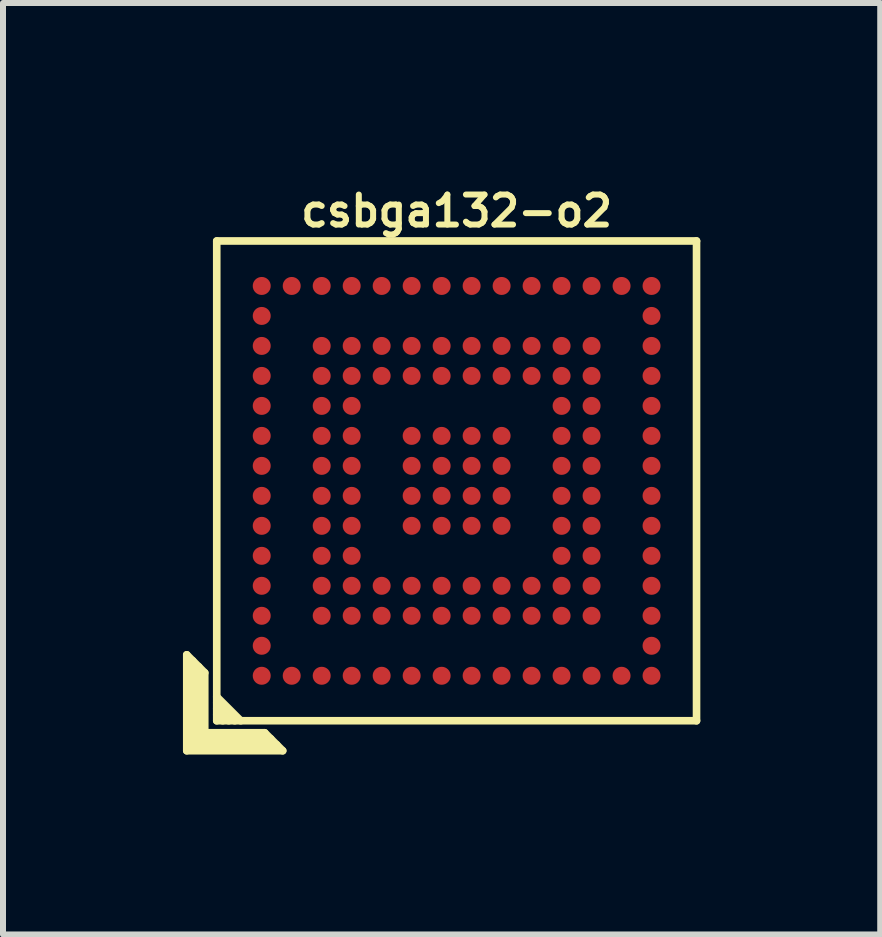
<source format=kicad_pcb>
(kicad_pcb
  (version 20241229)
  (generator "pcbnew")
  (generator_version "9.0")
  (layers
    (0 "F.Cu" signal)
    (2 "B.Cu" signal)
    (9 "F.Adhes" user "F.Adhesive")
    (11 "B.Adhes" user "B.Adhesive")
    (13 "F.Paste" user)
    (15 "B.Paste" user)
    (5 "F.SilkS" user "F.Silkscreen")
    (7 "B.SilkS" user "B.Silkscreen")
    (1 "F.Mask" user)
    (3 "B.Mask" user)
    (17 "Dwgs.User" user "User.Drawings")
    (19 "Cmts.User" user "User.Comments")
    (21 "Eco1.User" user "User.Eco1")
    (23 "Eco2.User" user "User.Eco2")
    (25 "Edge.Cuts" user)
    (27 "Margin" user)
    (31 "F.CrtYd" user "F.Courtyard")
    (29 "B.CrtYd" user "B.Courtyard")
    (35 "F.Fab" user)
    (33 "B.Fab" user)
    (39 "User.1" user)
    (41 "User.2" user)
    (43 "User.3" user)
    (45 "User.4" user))
  (footprint "csbga132-o2"
    (layer "F.Cu")
    (at 4.564 4.968)
    (property "Reference" "csbga132-o2" (at 0 -4.5 0) (layer "F.SilkS") (effects (font (size 0.5 0.5) (thickness 0.1))))
    (attr through_hole)
    (fp_line (start -4.5 2.9) (end -4.2 3.2) (stroke (width 0.127) (type solid)) (layer "F.SilkS"))
    (fp_line (start -4.5 4.5) (end -4.5 2.9) (stroke (width 0.127) (type solid)) (layer "F.SilkS"))
    (fp_line (start -4.4 4.4) (end -4.4 3) (stroke (width 0.127) (type solid)) (layer "F.SilkS"))
    (fp_line (start -4.3 3.1) (end -4.3 4.3) (stroke (width 0.127) (type solid)) (layer "F.SilkS"))
    (fp_line (start -4.3 4.3) (end -3.1 4.3) (stroke (width 0.127) (type solid)) (layer "F.SilkS"))
    (fp_line (start -4.2 3.2) (end -4.2 4.2) (stroke (width 0.127) (type solid)) (layer "F.SilkS"))
    (fp_line (start -4.2 4.2) (end -3.2 4.2) (stroke (width 0.127) (type solid)) (layer "F.SilkS"))
    (fp_line (start -4 -4) (end 4 -4) (stroke (width 0.127) (type solid)) (layer "F.SilkS"))
    (fp_line (start -4 3.6) (end -3.6 4) (stroke (width 0.127) (type solid)) (layer "F.SilkS"))
    (fp_line (start -4 3.7) (end -3.7 4) (stroke (width 0.127) (type solid)) (layer "F.SilkS"))
    (fp_line (start -4 4) (end -4 -4) (stroke (width 0.127) (type solid)) (layer "F.SilkS"))
    (fp_line (start -3.9 4) (end -4 3.9) (stroke (width 0.127) (type solid)) (layer "F.SilkS"))
    (fp_line (start -3.8 4) (end -4 3.8) (stroke (width 0.127) (type solid)) (layer "F.SilkS"))
    (fp_line (start -3.2 4.2) (end -2.9 4.5) (stroke (width 0.127) (type solid)) (layer "F.SilkS"))
    (fp_line (start -3 4.4) (end -4.4 4.4) (stroke (width 0.127) (type solid)) (layer "F.SilkS"))
    (fp_line (start -2.9 4.5) (end -4.5 4.5) (stroke (width 0.127) (type solid)) (layer "F.SilkS"))
    (fp_line (start 4 -4) (end 4 4) (stroke (width 0.127) (type solid)) (layer "F.SilkS"))
    (fp_line (start 4 4) (end -4 4) (stroke (width 0.127) (type solid)) (layer "F.SilkS"))
    (pad "A1" smd circle (at -3.25 3.25) (size 0.3 0.3) (layers "F.Cu" "F.Mask" "F.Paste"))
    (pad "A2" smd circle (at -3.25 2.75) (size 0.3 0.3) (layers "F.Cu" "F.Mask" "F.Paste"))
    (pad "A3" smd circle (at -3.25 2.25) (size 0.3 0.3) (layers "F.Cu" "F.Mask" "F.Paste"))
    (pad "A4" smd circle (at -3.25 1.75) (size 0.3 0.3) (layers "F.Cu" "F.Mask" "F.Paste"))
    (pad "A5" smd circle (at -3.25 1.25) (size 0.3 0.3) (layers "F.Cu" "F.Mask" "F.Paste"))
    (pad "A6" smd circle (at -3.25 0.75) (size 0.3 0.3) (layers "F.Cu" "F.Mask" "F.Paste"))
    (pad "A7" smd circle (at -3.25 0.25) (size 0.3 0.3) (layers "F.Cu" "F.Mask" "F.Paste"))
    (pad "A8" smd circle (at -3.25 -0.25) (size 0.3 0.3) (layers "F.Cu" "F.Mask" "F.Paste"))
    (pad "A9" smd circle (at -3.25 -0.75) (size 0.3 0.3) (layers "F.Cu" "F.Mask" "F.Paste"))
    (pad "A10" smd circle (at -3.25 -1.25) (size 0.3 0.3) (layers "F.Cu" "F.Mask" "F.Paste"))
    (pad "A11" smd circle (at -3.25 -1.75) (size 0.3 0.3) (layers "F.Cu" "F.Mask" "F.Paste"))
    (pad "A12" smd circle (at -3.25 -2.25) (size 0.3 0.3) (layers "F.Cu" "F.Mask" "F.Paste"))
    (pad "A13" smd circle (at -3.25 -2.75) (size 0.3 0.3) (layers "F.Cu" "F.Mask" "F.Paste"))
    (pad "A14" smd circle (at -3.25 -3.25) (size 0.3 0.3) (layers "F.Cu" "F.Mask" "F.Paste"))
    (pad "B1" smd circle (at -2.75 3.25) (size 0.3 0.3) (layers "F.Cu" "F.Mask" "F.Paste"))
    (pad "B14" smd circle (at -2.75 -3.25) (size 0.3 0.3) (layers "F.Cu" "F.Mask" "F.Paste"))
    (pad "C1" smd circle (at -2.25 3.25) (size 0.3 0.3) (layers "F.Cu" "F.Mask" "F.Paste"))
    (pad "C3" smd circle (at -2.25 2.25) (size 0.3 0.3) (layers "F.Cu" "F.Mask" "F.Paste"))
    (pad "C4" smd circle (at -2.25 1.75) (size 0.3 0.3) (layers "F.Cu" "F.Mask" "F.Paste"))
    (pad "C5" smd circle (at -2.25 1.25) (size 0.3 0.3) (layers "F.Cu" "F.Mask" "F.Paste"))
    (pad "C6" smd circle (at -2.25 0.75) (size 0.3 0.3) (layers "F.Cu" "F.Mask" "F.Paste"))
    (pad "C7" smd circle (at -2.25 0.25) (size 0.3 0.3) (layers "F.Cu" "F.Mask" "F.Paste"))
    (pad "C8" smd circle (at -2.25 -0.25) (size 0.3 0.3) (layers "F.Cu" "F.Mask" "F.Paste"))
    (pad "C9" smd circle (at -2.25 -0.75) (size 0.3 0.3) (layers "F.Cu" "F.Mask" "F.Paste"))
    (pad "C10" smd circle (at -2.25 -1.25) (size 0.3 0.3) (layers "F.Cu" "F.Mask" "F.Paste"))
    (pad "C11" smd circle (at -2.25 -1.75) (size 0.3 0.3) (layers "F.Cu" "F.Mask" "F.Paste"))
    (pad "C12" smd circle (at -2.25 -2.25) (size 0.3 0.3) (layers "F.Cu" "F.Mask" "F.Paste"))
    (pad "C14" smd circle (at -2.25 -3.25) (size 0.3 0.3) (layers "F.Cu" "F.Mask" "F.Paste"))
    (pad "D1" smd circle (at -1.75 3.25) (size 0.3 0.3) (layers "F.Cu" "F.Mask" "F.Paste"))
    (pad "D3" smd circle (at -1.75 2.25) (size 0.3 0.3) (layers "F.Cu" "F.Mask" "F.Paste"))
    (pad "D4" smd circle (at -1.75 1.75) (size 0.3 0.3) (layers "F.Cu" "F.Mask" "F.Paste"))
    (pad "D5" smd circle (at -1.75 1.25) (size 0.3 0.3) (layers "F.Cu" "F.Mask" "F.Paste"))
    (pad "D6" smd circle (at -1.75 0.75) (size 0.3 0.3) (layers "F.Cu" "F.Mask" "F.Paste"))
    (pad "D7" smd circle (at -1.75 0.25) (size 0.3 0.3) (layers "F.Cu" "F.Mask" "F.Paste"))
    (pad "D8" smd circle (at -1.75 -0.25) (size 0.3 0.3) (layers "F.Cu" "F.Mask" "F.Paste"))
    (pad "D9" smd circle (at -1.75 -0.75) (size 0.3 0.3) (layers "F.Cu" "F.Mask" "F.Paste"))
    (pad "D10" smd circle (at -1.75 -1.25) (size 0.3 0.3) (layers "F.Cu" "F.Mask" "F.Paste"))
    (pad "D11" smd circle (at -1.75 -1.75) (size 0.3 0.3) (layers "F.Cu" "F.Mask" "F.Paste"))
    (pad "D12" smd circle (at -1.75 -2.25) (size 0.3 0.3) (layers "F.Cu" "F.Mask" "F.Paste"))
    (pad "D14" smd circle (at -1.75 -3.25) (size 0.3 0.3) (layers "F.Cu" "F.Mask" "F.Paste"))
    (pad "E1" smd circle (at -1.25 3.25) (size 0.3 0.3) (layers "F.Cu" "F.Mask" "F.Paste"))
    (pad "E3" smd circle (at -1.25 2.25) (size 0.3 0.3) (layers "F.Cu" "F.Mask" "F.Paste"))
    (pad "E4" smd circle (at -1.25 1.75) (size 0.3 0.3) (layers "F.Cu" "F.Mask" "F.Paste"))
    (pad "E11" smd circle (at -1.25 -1.75) (size 0.3 0.3) (layers "F.Cu" "F.Mask" "F.Paste"))
    (pad "E12" smd circle (at -1.25 -2.25) (size 0.3 0.3) (layers "F.Cu" "F.Mask" "F.Paste"))
    (pad "E14" smd circle (at -1.25 -3.25) (size 0.3 0.3) (layers "F.Cu" "F.Mask" "F.Paste"))
    (pad "F1" smd circle (at -0.75 3.25) (size 0.3 0.3) (layers "F.Cu" "F.Mask" "F.Paste"))
    (pad "F3" smd circle (at -0.75 2.25) (size 0.3 0.3) (layers "F.Cu" "F.Mask" "F.Paste"))
    (pad "F4" smd circle (at -0.75 1.75) (size 0.3 0.3) (layers "F.Cu" "F.Mask" "F.Paste"))
    (pad "F6" smd circle (at -0.75 0.75) (size 0.3 0.3) (layers "F.Cu" "F.Mask" "F.Paste"))
    (pad "F7" smd circle (at -0.75 0.25) (size 0.3 0.3) (layers "F.Cu" "F.Mask" "F.Paste"))
    (pad "F8" smd circle (at -0.75 -0.25) (size 0.3 0.3) (layers "F.Cu" "F.Mask" "F.Paste"))
    (pad "F9" smd circle (at -0.75 -0.75) (size 0.3 0.3) (layers "F.Cu" "F.Mask" "F.Paste"))
    (pad "F11" smd circle (at -0.75 -1.75) (size 0.3 0.3) (layers "F.Cu" "F.Mask" "F.Paste"))
    (pad "F12" smd circle (at -0.75 -2.25) (size 0.3 0.3) (layers "F.Cu" "F.Mask" "F.Paste"))
    (pad "F14" smd circle (at -0.75 -3.25) (size 0.3 0.3) (layers "F.Cu" "F.Mask" "F.Paste"))
    (pad "G1" smd circle (at -0.25 3.25) (size 0.3 0.3) (layers "F.Cu" "F.Mask" "F.Paste"))
    (pad "G3" smd circle (at -0.25 2.25) (size 0.3 0.3) (layers "F.Cu" "F.Mask" "F.Paste"))
    (pad "G4" smd circle (at -0.25 1.75) (size 0.3 0.3) (layers "F.Cu" "F.Mask" "F.Paste"))
    (pad "G6" smd circle (at -0.25 0.75) (size 0.3 0.3) (layers "F.Cu" "F.Mask" "F.Paste"))
    (pad "G7" smd circle (at -0.25 0.25) (size 0.3 0.3) (layers "F.Cu" "F.Mask" "F.Paste"))
    (pad "G8" smd circle (at -0.25 -0.25) (size 0.3 0.3) (layers "F.Cu" "F.Mask" "F.Paste"))
    (pad "G9" smd circle (at -0.25 -0.75) (size 0.3 0.3) (layers "F.Cu" "F.Mask" "F.Paste"))
    (pad "G11" smd circle (at -0.25 -1.75) (size 0.3 0.3) (layers "F.Cu" "F.Mask" "F.Paste"))
    (pad "G12" smd circle (at -0.25 -2.25) (size 0.3 0.3) (layers "F.Cu" "F.Mask" "F.Paste"))
    (pad "G14" smd circle (at -0.25 -3.25) (size 0.3 0.3) (layers "F.Cu" "F.Mask" "F.Paste"))
    (pad "H1" smd circle (at 0.25 3.25) (size 0.3 0.3) (layers "F.Cu" "F.Mask" "F.Paste"))
    (pad "H3" smd circle (at 0.25 2.25) (size 0.3 0.3) (layers "F.Cu" "F.Mask" "F.Paste"))
    (pad "H4" smd circle (at 0.25 1.75) (size 0.3 0.3) (layers "F.Cu" "F.Mask" "F.Paste"))
    (pad "H6" smd circle (at 0.25 0.75) (size 0.3 0.3) (layers "F.Cu" "F.Mask" "F.Paste"))
    (pad "H7" smd circle (at 0.25 0.25) (size 0.3 0.3) (layers "F.Cu" "F.Mask" "F.Paste"))
    (pad "H8" smd circle (at 0.25 -0.25) (size 0.3 0.3) (layers "F.Cu" "F.Mask" "F.Paste"))
    (pad "H9" smd circle (at 0.25 -0.75) (size 0.3 0.3) (layers "F.Cu" "F.Mask" "F.Paste"))
    (pad "H11" smd circle (at 0.25 -1.75) (size 0.3 0.3) (layers "F.Cu" "F.Mask" "F.Paste"))
    (pad "H12" smd circle (at 0.25 -2.25) (size 0.3 0.3) (layers "F.Cu" "F.Mask" "F.Paste"))
    (pad "H14" smd circle (at 0.25 -3.25) (size 0.3 0.3) (layers "F.Cu" "F.Mask" "F.Paste"))
    (pad "J1" smd circle (at 0.75 3.25) (size 0.3 0.3) (layers "F.Cu" "F.Mask" "F.Paste"))
    (pad "J3" smd circle (at 0.75 2.25) (size 0.3 0.3) (layers "F.Cu" "F.Mask" "F.Paste"))
    (pad "J4" smd circle (at 0.75 1.75) (size 0.3 0.3) (layers "F.Cu" "F.Mask" "F.Paste"))
    (pad "J6" smd circle (at 0.75 0.75) (size 0.3 0.3) (layers "F.Cu" "F.Mask" "F.Paste"))
    (pad "J7" smd circle (at 0.75 0.25) (size 0.3 0.3) (layers "F.Cu" "F.Mask" "F.Paste"))
    (pad "J8" smd circle (at 0.75 -0.25) (size 0.3 0.3) (layers "F.Cu" "F.Mask" "F.Paste"))
    (pad "J9" smd circle (at 0.75 -0.75) (size 0.3 0.3) (layers "F.Cu" "F.Mask" "F.Paste"))
    (pad "J11" smd circle (at 0.75 -1.75) (size 0.3 0.3) (layers "F.Cu" "F.Mask" "F.Paste"))
    (pad "J12" smd circle (at 0.75 -2.25) (size 0.3 0.3) (layers "F.Cu" "F.Mask" "F.Paste"))
    (pad "J14" smd circle (at 0.75 -3.25) (size 0.3 0.3) (layers "F.Cu" "F.Mask" "F.Paste"))
    (pad "K1" smd circle (at 1.25 3.25) (size 0.3 0.3) (layers "F.Cu" "F.Mask" "F.Paste"))
    (pad "K3" smd circle (at 1.25 2.25) (size 0.3 0.3) (layers "F.Cu" "F.Mask" "F.Paste"))
    (pad "K4" smd circle (at 1.25 1.75) (size 0.3 0.3) (layers "F.Cu" "F.Mask" "F.Paste"))
    (pad "K11" smd circle (at 1.25 -1.75) (size 0.3 0.3) (layers "F.Cu" "F.Mask" "F.Paste"))
    (pad "K12" smd circle (at 1.25 -2.25) (size 0.3 0.3) (layers "F.Cu" "F.Mask" "F.Paste"))
    (pad "K14" smd circle (at 1.25 -3.25) (size 0.3 0.3) (layers "F.Cu" "F.Mask" "F.Paste"))
    (pad "L1" smd circle (at 1.75 3.25) (size 0.3 0.3) (layers "F.Cu" "F.Mask" "F.Paste"))
    (pad "L3" smd circle (at 1.75 2.25) (size 0.3 0.3) (layers "F.Cu" "F.Mask" "F.Paste"))
    (pad "L4" smd circle (at 1.75 1.75) (size 0.3 0.3) (layers "F.Cu" "F.Mask" "F.Paste"))
    (pad "L5" smd circle (at 1.75 1.25) (size 0.3 0.3) (layers "F.Cu" "F.Mask" "F.Paste"))
    (pad "L6" smd circle (at 1.75 0.75) (size 0.3 0.3) (layers "F.Cu" "F.Mask" "F.Paste"))
    (pad "L7" smd circle (at 1.75 0.25) (size 0.3 0.3) (layers "F.Cu" "F.Mask" "F.Paste"))
    (pad "L8" smd circle (at 1.75 -0.25) (size 0.3 0.3) (layers "F.Cu" "F.Mask" "F.Paste"))
    (pad "L9" smd circle (at 1.75 -0.75) (size 0.3 0.3) (layers "F.Cu" "F.Mask" "F.Paste"))
    (pad "L10" smd circle (at 1.75 -1.25) (size 0.3 0.3) (layers "F.Cu" "F.Mask" "F.Paste"))
    (pad "L11" smd circle (at 1.75 -1.75) (size 0.3 0.3) (layers "F.Cu" "F.Mask" "F.Paste"))
    (pad "L12" smd circle (at 1.75 -2.25) (size 0.3 0.3) (layers "F.Cu" "F.Mask" "F.Paste"))
    (pad "L14" smd circle (at 1.75 -3.25) (size 0.3 0.3) (layers "F.Cu" "F.Mask" "F.Paste"))
    (pad "M1" smd circle (at 2.25 3.25) (size 0.3 0.3) (layers "F.Cu" "F.Mask" "F.Paste"))
    (pad "M3" smd circle (at 2.25 2.25) (size 0.3 0.3) (layers "F.Cu" "F.Mask" "F.Paste"))
    (pad "M4" smd circle (at 2.25 1.75) (size 0.3 0.3) (layers "F.Cu" "F.Mask" "F.Paste"))
    (pad "M5" smd circle (at 2.25 1.25) (size 0.3 0.3) (layers "F.Cu" "F.Mask" "F.Paste"))
    (pad "M6" smd circle (at 2.25 0.75) (size 0.3 0.3) (layers "F.Cu" "F.Mask" "F.Paste"))
    (pad "M7" smd circle (at 2.25 0.25) (size 0.3 0.3) (layers "F.Cu" "F.Mask" "F.Paste"))
    (pad "M8" smd circle (at 2.25 -0.25) (size 0.3 0.3) (layers "F.Cu" "F.Mask" "F.Paste"))
    (pad "M9" smd circle (at 2.25 -0.75) (size 0.3 0.3) (layers "F.Cu" "F.Mask" "F.Paste"))
    (pad "M10" smd circle (at 2.25 -1.25) (size 0.3 0.3) (layers "F.Cu" "F.Mask" "F.Paste"))
    (pad "M11" smd circle (at 2.25 -1.75) (size 0.3 0.3) (layers "F.Cu" "F.Mask" "F.Paste"))
    (pad "M12" smd circle (at 2.25 -2.25) (size 0.3 0.3) (layers "F.Cu" "F.Mask" "F.Paste"))
    (pad "M14" smd circle (at 2.25 -3.25) (size 0.3 0.3) (layers "F.Cu" "F.Mask" "F.Paste"))
    (pad "N1" smd circle (at 2.75 3.25) (size 0.3 0.3) (layers "F.Cu" "F.Mask" "F.Paste"))
    (pad "N14" smd circle (at 2.75 -3.25) (size 0.3 0.3) (layers "F.Cu" "F.Mask" "F.Paste"))
    (pad "P1" smd circle (at 3.25 3.25) (size 0.3 0.3) (layers "F.Cu" "F.Mask" "F.Paste"))
    (pad "P2" smd circle (at 3.25 2.75) (size 0.3 0.3) (layers "F.Cu" "F.Mask" "F.Paste"))
    (pad "P3" smd circle (at 3.25 2.25) (size 0.3 0.3) (layers "F.Cu" "F.Mask" "F.Paste"))
    (pad "P4" smd circle (at 3.25 1.75) (size 0.3 0.3) (layers "F.Cu" "F.Mask" "F.Paste"))
    (pad "P5" smd circle (at 3.25 1.25) (size 0.3 0.3) (layers "F.Cu" "F.Mask" "F.Paste"))
    (pad "P6" smd circle (at 3.25 0.75) (size 0.3 0.3) (layers "F.Cu" "F.Mask" "F.Paste"))
    (pad "P7" smd circle (at 3.25 0.25) (size 0.3 0.3) (layers "F.Cu" "F.Mask" "F.Paste"))
    (pad "P8" smd circle (at 3.25 -0.25) (size 0.3 0.3) (layers "F.Cu" "F.Mask" "F.Paste"))
    (pad "P9" smd circle (at 3.25 -0.75) (size 0.3 0.3) (layers "F.Cu" "F.Mask" "F.Paste"))
    (pad "P10" smd circle (at 3.25 -1.25) (size 0.3 0.3) (layers "F.Cu" "F.Mask" "F.Paste"))
    (pad "P11" smd circle (at 3.25 -1.75) (size 0.3 0.3) (layers "F.Cu" "F.Mask" "F.Paste"))
    (pad "P12" smd circle (at 3.25 -2.25) (size 0.3 0.3) (layers "F.Cu" "F.Mask" "F.Paste"))
    (pad "P13" smd circle (at 3.25 -2.75) (size 0.3 0.3) (layers "F.Cu" "F.Mask" "F.Paste"))
    (pad "P14" smd circle (at 3.25 -3.25) (size 0.3 0.3) (layers "F.Cu" "F.Mask" "F.Paste")))
  (gr_rect
    (start -3 -3)
    (end 11.627 12.531)
    (stroke (width 0.1) (type default))
    (fill no)
    (layer "Edge.Cuts")))
</source>
